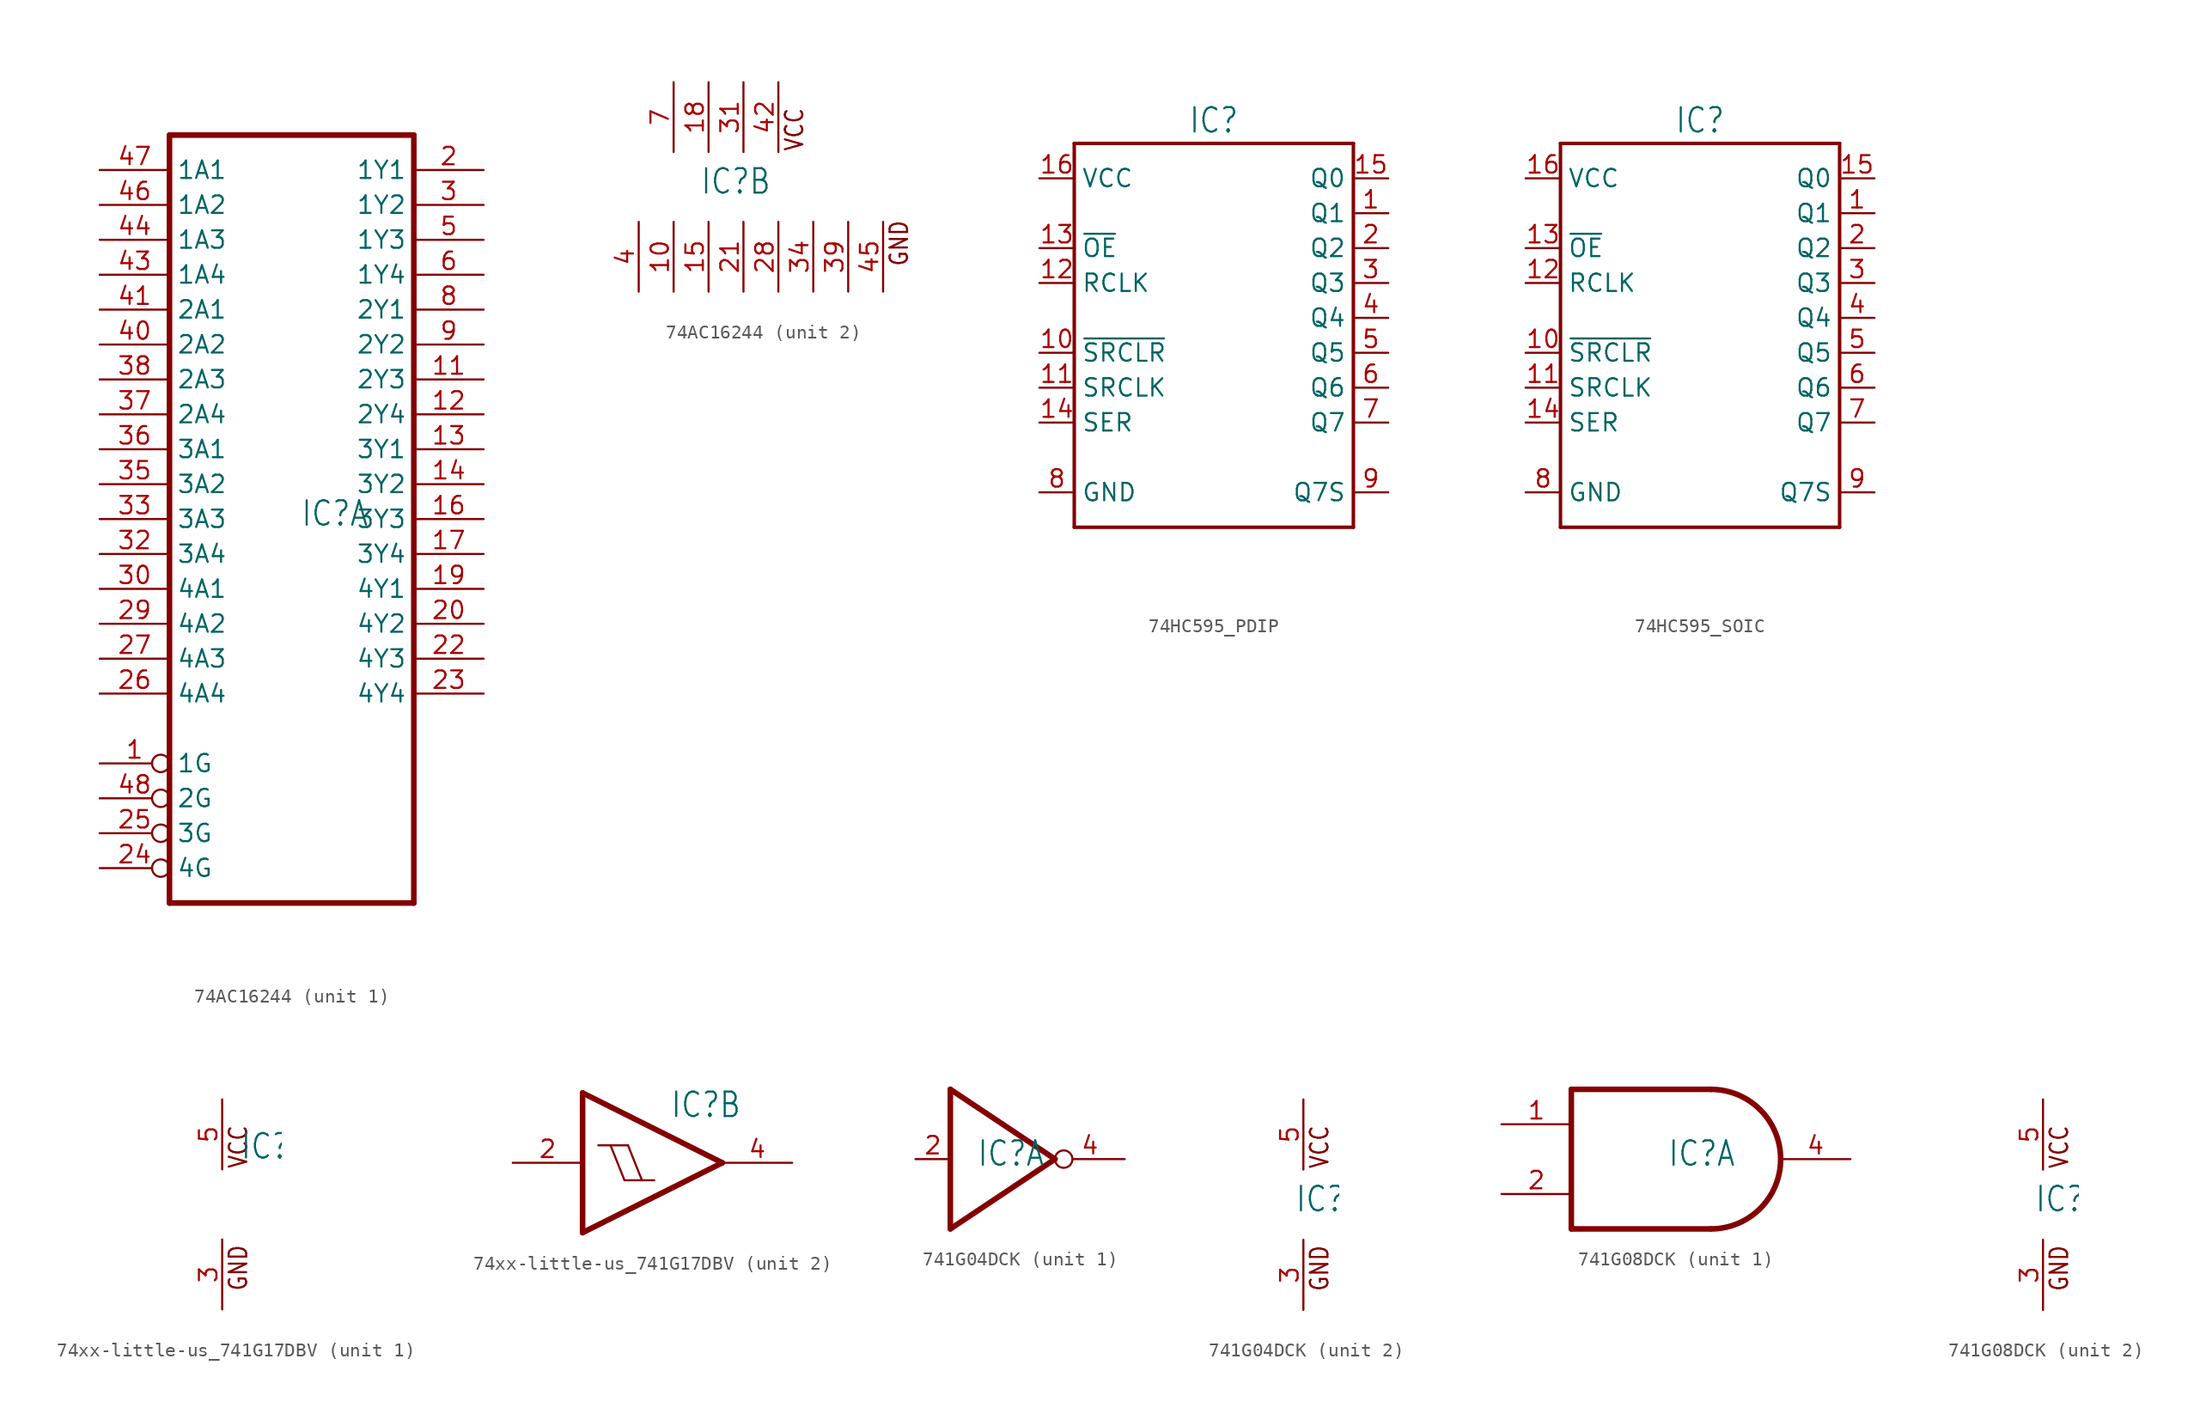
<source format=kicad_sym>
(kicad_symbol_lib
  (version 20231120)
  (generator "kicad_symbol_editor")
  (generator_version "8.0")
  (symbol "74AC16244"
    (property "Reference" "IC"
      (at -0.635 -0.635 0)
      (effects (font (size 1.778 1.511)) (justify left bottom)))
    (property "ki_locked" ""
      (at 0 0 0)
      (effects (font (size 1.27 1.27))))
    (symbol "74AC16244_1_0"
      (polyline (pts (xy -10.16 27.94) (xy -10.16 -27.94)) (stroke (width 0.406) (type solid)) (fill (type none)))
      (polyline (pts (xy -10.16 27.94) (xy 7.62 27.94)) (stroke (width 0.406) (type solid)) (fill (type none)))
      (polyline (pts (xy 7.62 -27.94) (xy -10.16 -27.94)) (stroke (width 0.406) (type solid)) (fill (type none)))
      (polyline (pts (xy 7.62 -27.94) (xy 7.62 27.94)) (stroke (width 0.406) (type solid)) (fill (type none)))
      (pin input inverted (at -15.24 -17.78 0) (length 5.08) (name "1G" (effects (font (size 1.27 1.27)))) (number "1" (effects (font (size 1.27 1.27)))))
      (pin tri_state line (at 12.7 10.16 180) (length 5.08) (name "2Y3" (effects (font (size 1.27 1.27)))) (number "11" (effects (font (size 1.27 1.27)))))
      (pin tri_state line (at 12.7 7.62 180) (length 5.08) (name "2Y4" (effects (font (size 1.27 1.27)))) (number "12" (effects (font (size 1.27 1.27)))))
      (pin tri_state line (at 12.7 5.08 180) (length 5.08) (name "3Y1" (effects (font (size 1.27 1.27)))) (number "13" (effects (font (size 1.27 1.27)))))
      (pin tri_state line (at 12.7 2.54 180) (length 5.08) (name "3Y2" (effects (font (size 1.27 1.27)))) (number "14" (effects (font (size 1.27 1.27)))))
      (pin tri_state line (at 12.7 0 180) (length 5.08) (name "3Y3" (effects (font (size 1.27 1.27)))) (number "16" (effects (font (size 1.27 1.27)))))
      (pin tri_state line (at 12.7 -2.54 180) (length 5.08) (name "3Y4" (effects (font (size 1.27 1.27)))) (number "17" (effects (font (size 1.27 1.27)))))
      (pin tri_state line (at 12.7 -5.08 180) (length 5.08) (name "4Y1" (effects (font (size 1.27 1.27)))) (number "19" (effects (font (size 1.27 1.27)))))
      (pin tri_state line (at 12.7 25.4 180) (length 5.08) (name "1Y1" (effects (font (size 1.27 1.27)))) (number "2" (effects (font (size 1.27 1.27)))))
      (pin tri_state line (at 12.7 -7.62 180) (length 5.08) (name "4Y2" (effects (font (size 1.27 1.27)))) (number "20" (effects (font (size 1.27 1.27)))))
      (pin tri_state line (at 12.7 -10.16 180) (length 5.08) (name "4Y3" (effects (font (size 1.27 1.27)))) (number "22" (effects (font (size 1.27 1.27)))))
      (pin tri_state line (at 12.7 -12.7 180) (length 5.08) (name "4Y4" (effects (font (size 1.27 1.27)))) (number "23" (effects (font (size 1.27 1.27)))))
      (pin input inverted (at -15.24 -25.4 0) (length 5.08) (name "4G" (effects (font (size 1.27 1.27)))) (number "24" (effects (font (size 1.27 1.27)))))
      (pin input inverted (at -15.24 -22.86 0) (length 5.08) (name "3G" (effects (font (size 1.27 1.27)))) (number "25" (effects (font (size 1.27 1.27)))))
      (pin input line (at -15.24 -12.7 0) (length 5.08) (name "4A4" (effects (font (size 1.27 1.27)))) (number "26" (effects (font (size 1.27 1.27)))))
      (pin input line (at -15.24 -10.16 0) (length 5.08) (name "4A3" (effects (font (size 1.27 1.27)))) (number "27" (effects (font (size 1.27 1.27)))))
      (pin input line (at -15.24 -7.62 0) (length 5.08) (name "4A2" (effects (font (size 1.27 1.27)))) (number "29" (effects (font (size 1.27 1.27)))))
      (pin tri_state line (at 12.7 22.86 180) (length 5.08) (name "1Y2" (effects (font (size 1.27 1.27)))) (number "3" (effects (font (size 1.27 1.27)))))
      (pin input line (at -15.24 -5.08 0) (length 5.08) (name "4A1" (effects (font (size 1.27 1.27)))) (number "30" (effects (font (size 1.27 1.27)))))
      (pin input line (at -15.24 -2.54 0) (length 5.08) (name "3A4" (effects (font (size 1.27 1.27)))) (number "32" (effects (font (size 1.27 1.27)))))
      (pin input line (at -15.24 0 0) (length 5.08) (name "3A3" (effects (font (size 1.27 1.27)))) (number "33" (effects (font (size 1.27 1.27)))))
      (pin input line (at -15.24 2.54 0) (length 5.08) (name "3A2" (effects (font (size 1.27 1.27)))) (number "35" (effects (font (size 1.27 1.27)))))
      (pin input line (at -15.24 5.08 0) (length 5.08) (name "3A1" (effects (font (size 1.27 1.27)))) (number "36" (effects (font (size 1.27 1.27)))))
      (pin input line (at -15.24 7.62 0) (length 5.08) (name "2A4" (effects (font (size 1.27 1.27)))) (number "37" (effects (font (size 1.27 1.27)))))
      (pin input line (at -15.24 10.16 0) (length 5.08) (name "2A3" (effects (font (size 1.27 1.27)))) (number "38" (effects (font (size 1.27 1.27)))))
      (pin input line (at -15.24 12.7 0) (length 5.08) (name "2A2" (effects (font (size 1.27 1.27)))) (number "40" (effects (font (size 1.27 1.27)))))
      (pin input line (at -15.24 15.24 0) (length 5.08) (name "2A1" (effects (font (size 1.27 1.27)))) (number "41" (effects (font (size 1.27 1.27)))))
      (pin input line (at -15.24 17.78 0) (length 5.08) (name "1A4" (effects (font (size 1.27 1.27)))) (number "43" (effects (font (size 1.27 1.27)))))
      (pin input line (at -15.24 20.32 0) (length 5.08) (name "1A3" (effects (font (size 1.27 1.27)))) (number "44" (effects (font (size 1.27 1.27)))))
      (pin input line (at -15.24 22.86 0) (length 5.08) (name "1A2" (effects (font (size 1.27 1.27)))) (number "46" (effects (font (size 1.27 1.27)))))
      (pin input line (at -15.24 25.4 0) (length 5.08) (name "1A1" (effects (font (size 1.27 1.27)))) (number "47" (effects (font (size 1.27 1.27)))))
      (pin input inverted (at -15.24 -20.32 0) (length 5.08) (name "2G" (effects (font (size 1.27 1.27)))) (number "48" (effects (font (size 1.27 1.27)))))
      (pin tri_state line (at 12.7 20.32 180) (length 5.08) (name "1Y3" (effects (font (size 1.27 1.27)))) (number "5" (effects (font (size 1.27 1.27)))))
      (pin tri_state line (at 12.7 17.78 180) (length 5.08) (name "1Y4" (effects (font (size 1.27 1.27)))) (number "6" (effects (font (size 1.27 1.27)))))
      (pin tri_state line (at 12.7 15.24 180) (length 5.08) (name "2Y1" (effects (font (size 1.27 1.27)))) (number "8" (effects (font (size 1.27 1.27)))))
      (pin tri_state line (at 12.7 12.7 180) (length 5.08) (name "2Y2" (effects (font (size 1.27 1.27)))) (number "9" (effects (font (size 1.27 1.27))))))
    (symbol "74AC16244_2_0"
      (text "GND" (at 14.605 -5.842 900) (effects (font (size 1.27 1.079)) (justify left bottom)))
      (text "VCC" (at 6.985 2.54 900) (effects (font (size 1.27 1.079)) (justify left bottom)))
      (pin power_in line (at -2.54 -7.62 90) (length 5.08) (name "GND@2" (effects (font (size 0 0)))) (number "10" (effects (font (size 1.27 1.27)))))
      (pin power_in line (at 0 -7.62 90) (length 5.08) (name "GND@3" (effects (font (size 0 0)))) (number "15" (effects (font (size 1.27 1.27)))))
      (pin power_in line (at 0 7.62 270) (length 5.08) (name "VCC@2" (effects (font (size 0 0)))) (number "18" (effects (font (size 1.27 1.27)))))
      (pin power_in line (at 2.54 -7.62 90) (length 5.08) (name "GND@4" (effects (font (size 0 0)))) (number "21" (effects (font (size 1.27 1.27)))))
      (pin power_in line (at 5.08 -7.62 90) (length 5.08) (name "GND@5" (effects (font (size 0 0)))) (number "28" (effects (font (size 1.27 1.27)))))
      (pin power_in line (at 2.54 7.62 270) (length 5.08) (name "VCC@3" (effects (font (size 0 0)))) (number "31" (effects (font (size 1.27 1.27)))))
      (pin power_in line (at 7.62 -7.62 90) (length 5.08) (name "GND@6" (effects (font (size 0 0)))) (number "34" (effects (font (size 1.27 1.27)))))
      (pin power_in line (at 10.16 -7.62 90) (length 5.08) (name "GND@7" (effects (font (size 0 0)))) (number "39" (effects (font (size 1.27 1.27)))))
      (pin power_in line (at -5.08 -7.62 90) (length 5.08) (name "GND@1" (effects (font (size 0 0)))) (number "4" (effects (font (size 1.27 1.27)))))
      (pin power_in line (at 5.08 7.62 270) (length 5.08) (name "VCC@4" (effects (font (size 0 0)))) (number "42" (effects (font (size 1.27 1.27)))))
      (pin power_in line (at 12.7 -7.62 90) (length 5.08) (name "GND@8" (effects (font (size 0 0)))) (number "45" (effects (font (size 1.27 1.27)))))
      (pin power_in line (at -2.54 7.62 270) (length 5.08) (name "VCC@1" (effects (font (size 0 0)))) (number "7" (effects (font (size 1.27 1.27)))))))
  (symbol "74HC595_PDIP"
    (property "Reference" "IC"
      (at 0 14.38 0)
      (effects (font (size 1.778 1.511))))
    (property "Value" ""
      (at 0 -17.78 0)
      (effects (font (size 1.778 1.511))))
    (property "ki_locked" ""
      (at 0 0 0)
      (effects (font (size 1.27 1.27))))
    (symbol "74HC595_PDIP_1_0"
      (polyline (pts (xy -10.16 -15.24) (xy 10.16 -15.24)) (stroke (width 0.254) (type solid)) (fill (type none)))
      (polyline (pts (xy -10.16 12.7) (xy -10.16 -15.24)) (stroke (width 0.254) (type solid)) (fill (type none)))
      (polyline (pts (xy 10.16 -15.24) (xy 10.16 12.7)) (stroke (width 0.254) (type solid)) (fill (type none)))
      (polyline (pts (xy 10.16 12.7) (xy -10.16 12.7)) (stroke (width 0.254) (type solid)) (fill (type none)))
      (pin output line (at 12.7 7.62 180) (length 2.54) (name "Q1" (effects (font (size 1.27 1.27)))) (number "1" (effects (font (size 1.27 1.27)))))
      (pin input line (at -12.7 -2.54 0) (length 2.54) (name "~{SRCLR}" (effects (font (size 1.27 1.27)))) (number "10" (effects (font (size 1.27 1.27)))))
      (pin input line (at -12.7 -5.08 0) (length 2.54) (name "SRCLK" (effects (font (size 1.27 1.27)))) (number "11" (effects (font (size 1.27 1.27)))))
      (pin input line (at -12.7 2.54 0) (length 2.54) (name "RCLK" (effects (font (size 1.27 1.27)))) (number "12" (effects (font (size 1.27 1.27)))))
      (pin output line (at -12.7 5.08 0) (length 2.54) (name "~{OE}" (effects (font (size 1.27 1.27)))) (number "13" (effects (font (size 1.27 1.27)))))
      (pin input line (at -12.7 -7.62 0) (length 2.54) (name "SER" (effects (font (size 1.27 1.27)))) (number "14" (effects (font (size 1.27 1.27)))))
      (pin output line (at 12.7 10.16 180) (length 2.54) (name "Q0" (effects (font (size 1.27 1.27)))) (number "15" (effects (font (size 1.27 1.27)))))
      (pin bidirectional line (at -12.7 10.16 0) (length 2.54) (name "VCC" (effects (font (size 1.27 1.27)))) (number "16" (effects (font (size 1.27 1.27)))))
      (pin output line (at 12.7 5.08 180) (length 2.54) (name "Q2" (effects (font (size 1.27 1.27)))) (number "2" (effects (font (size 1.27 1.27)))))
      (pin output line (at 12.7 2.54 180) (length 2.54) (name "Q3" (effects (font (size 1.27 1.27)))) (number "3" (effects (font (size 1.27 1.27)))))
      (pin output line (at 12.7 0 180) (length 2.54) (name "Q4" (effects (font (size 1.27 1.27)))) (number "4" (effects (font (size 1.27 1.27)))))
      (pin output line (at 12.7 -2.54 180) (length 2.54) (name "Q5" (effects (font (size 1.27 1.27)))) (number "5" (effects (font (size 1.27 1.27)))))
      (pin output line (at 12.7 -5.08 180) (length 2.54) (name "Q6" (effects (font (size 1.27 1.27)))) (number "6" (effects (font (size 1.27 1.27)))))
      (pin output line (at 12.7 -7.62 180) (length 2.54) (name "Q7" (effects (font (size 1.27 1.27)))) (number "7" (effects (font (size 1.27 1.27)))))
      (pin bidirectional line (at -12.7 -12.7 0) (length 2.54) (name "GND" (effects (font (size 1.27 1.27)))) (number "8" (effects (font (size 1.27 1.27)))))
      (pin output line (at 12.7 -12.7 180) (length 2.54) (name "Q7S" (effects (font (size 1.27 1.27)))) (number "9" (effects (font (size 1.27 1.27)))))))
  (symbol "74HC595_SOIC"
    (property "Reference" "IC"
      (at 0 14.38 0)
      (effects (font (size 1.778 1.511))))
    (property "Value" ""
      (at 0 -17.78 0)
      (effects (font (size 1.778 1.511))))
    (property "ki_locked" ""
      (at 0 0 0)
      (effects (font (size 1.27 1.27))))
    (symbol "74HC595_SOIC_1_0"
      (polyline (pts (xy -10.16 -15.24) (xy 10.16 -15.24)) (stroke (width 0.254) (type solid)) (fill (type none)))
      (polyline (pts (xy -10.16 12.7) (xy -10.16 -15.24)) (stroke (width 0.254) (type solid)) (fill (type none)))
      (polyline (pts (xy 10.16 -15.24) (xy 10.16 12.7)) (stroke (width 0.254) (type solid)) (fill (type none)))
      (polyline (pts (xy 10.16 12.7) (xy -10.16 12.7)) (stroke (width 0.254) (type solid)) (fill (type none)))
      (pin output line (at 12.7 7.62 180) (length 2.54) (name "Q1" (effects (font (size 1.27 1.27)))) (number "1" (effects (font (size 1.27 1.27)))))
      (pin input line (at -12.7 -2.54 0) (length 2.54) (name "~{SRCLR}" (effects (font (size 1.27 1.27)))) (number "10" (effects (font (size 1.27 1.27)))))
      (pin input line (at -12.7 -5.08 0) (length 2.54) (name "SRCLK" (effects (font (size 1.27 1.27)))) (number "11" (effects (font (size 1.27 1.27)))))
      (pin input line (at -12.7 2.54 0) (length 2.54) (name "RCLK" (effects (font (size 1.27 1.27)))) (number "12" (effects (font (size 1.27 1.27)))))
      (pin output line (at -12.7 5.08 0) (length 2.54) (name "~{OE}" (effects (font (size 1.27 1.27)))) (number "13" (effects (font (size 1.27 1.27)))))
      (pin input line (at -12.7 -7.62 0) (length 2.54) (name "SER" (effects (font (size 1.27 1.27)))) (number "14" (effects (font (size 1.27 1.27)))))
      (pin output line (at 12.7 10.16 180) (length 2.54) (name "Q0" (effects (font (size 1.27 1.27)))) (number "15" (effects (font (size 1.27 1.27)))))
      (pin bidirectional line (at -12.7 10.16 0) (length 2.54) (name "VCC" (effects (font (size 1.27 1.27)))) (number "16" (effects (font (size 1.27 1.27)))))
      (pin output line (at 12.7 5.08 180) (length 2.54) (name "Q2" (effects (font (size 1.27 1.27)))) (number "2" (effects (font (size 1.27 1.27)))))
      (pin output line (at 12.7 2.54 180) (length 2.54) (name "Q3" (effects (font (size 1.27 1.27)))) (number "3" (effects (font (size 1.27 1.27)))))
      (pin output line (at 12.7 0 180) (length 2.54) (name "Q4" (effects (font (size 1.27 1.27)))) (number "4" (effects (font (size 1.27 1.27)))))
      (pin output line (at 12.7 -2.54 180) (length 2.54) (name "Q5" (effects (font (size 1.27 1.27)))) (number "5" (effects (font (size 1.27 1.27)))))
      (pin output line (at 12.7 -5.08 180) (length 2.54) (name "Q6" (effects (font (size 1.27 1.27)))) (number "6" (effects (font (size 1.27 1.27)))))
      (pin output line (at 12.7 -7.62 180) (length 2.54) (name "Q7" (effects (font (size 1.27 1.27)))) (number "7" (effects (font (size 1.27 1.27)))))
      (pin bidirectional line (at -12.7 -12.7 0) (length 2.54) (name "GND" (effects (font (size 1.27 1.27)))) (number "8" (effects (font (size 1.27 1.27)))))
      (pin output line (at 12.7 -12.7 180) (length 2.54) (name "Q7S" (effects (font (size 1.27 1.27)))) (number "9" (effects (font (size 1.27 1.27)))))))
  (symbol "74xx-little-us_741G17DBV"
    (property "Reference" "IC"
      (at 1.27 3.175 0)
      (effects (font (size 1.778 1.511)) (justify left bottom)))
    (property "ki_locked" ""
      (at 0 0 0)
      (effects (font (size 1.27 1.27))))
    (symbol "74xx-little-us_741G17DBV_1_0"
      (text "GND" (at 1.905 -6.35 900) (effects (font (size 1.27 1.079)) (justify left bottom)))
      (text "VCC" (at 1.905 2.54 900) (effects (font (size 1.27 1.079)) (justify left bottom)))
      (pin power_in line (at 0 -7.62 90) (length 5.08) (name "GND" (effects (font (size 0 0)))) (number "3" (effects (font (size 1.27 1.27)))))
      (pin power_in line (at 0 7.62 270) (length 5.08) (name "VCC" (effects (font (size 0 0)))) (number "5" (effects (font (size 1.27 1.27))))))
    (symbol "74xx-little-us_741G17DBV_2_0"
      (polyline (pts (xy -5.08 -5.08) (xy -5.08 5.08)) (stroke (width 0.406) (type solid)) (fill (type none)))
      (polyline (pts (xy -5.08 5.08) (xy 5.08 0)) (stroke (width 0.406) (type solid)) (fill (type none)))
      (polyline (pts (xy -3.937 1.27) (xy -3.048 1.27)) (stroke (width 0.152) (type solid)) (fill (type none)))
      (polyline (pts (xy -3.048 1.27) (xy -1.778 1.27)) (stroke (width 0.152) (type solid)) (fill (type none)))
      (polyline (pts (xy -2.032 -1.27) (xy -3.048 1.27)) (stroke (width 0.152) (type solid)) (fill (type none)))
      (polyline (pts (xy -2.032 -1.27) (xy -0.762 -1.27)) (stroke (width 0.152) (type solid)) (fill (type none)))
      (polyline (pts (xy -0.762 -1.27) (xy -1.778 1.27)) (stroke (width 0.152) (type solid)) (fill (type none)))
      (polyline (pts (xy -0.762 -1.27) (xy 0.127 -1.27)) (stroke (width 0.152) (type solid)) (fill (type none)))
      (polyline (pts (xy 5.08 0) (xy -5.08 -5.08)) (stroke (width 0.406) (type solid)) (fill (type none)))
      (pin input line (at -10.16 0 0) (length 5.08) (name "I" (effects (font (size 0 0)))) (number "2" (effects (font (size 1.27 1.27)))))
      (pin output line (at 10.16 0 180) (length 5.08) (name "O" (effects (font (size 0 0)))) (number "4" (effects (font (size 1.27 1.27)))))))
  (symbol "741G04DCK"
    (property "Reference" "IC"
      (at -0.635 -0.635 0)
      (effects (font (size 1.778 1.511)) (justify left bottom)))
    (property "ki_locked" ""
      (at 0 0 0)
      (effects (font (size 1.27 1.27))))
    (symbol "741G04DCK_1_0"
      (polyline (pts (xy -2.54 -5.08) (xy -2.54 5.08)) (stroke (width 0.406) (type solid)) (fill (type none)))
      (polyline (pts (xy -2.54 5.08) (xy 5.08 0)) (stroke (width 0.406) (type solid)) (fill (type none)))
      (polyline (pts (xy 5.08 0) (xy -2.54 -5.08)) (stroke (width 0.406) (type solid)) (fill (type none)))
      (pin input line (at -5.08 0 0) (length 2.54) (name "I" (effects (font (size 0 0)))) (number "2" (effects (font (size 1.27 1.27)))))
      (pin output inverted (at 10.16 0 180) (length 5.08) (name "O" (effects (font (size 0 0)))) (number "4" (effects (font (size 1.27 1.27))))))
    (symbol "741G04DCK_2_0"
      (text "GND" (at 1.905 -6.35 900) (effects (font (size 1.27 1.079)) (justify left bottom)))
      (text "VCC" (at 1.905 2.54 900) (effects (font (size 1.27 1.079)) (justify left bottom)))
      (pin power_in line (at 0 -7.62 90) (length 5.08) (name "GND" (effects (font (size 0 0)))) (number "3" (effects (font (size 1.27 1.27)))))
      (pin power_in line (at 0 7.62 270) (length 5.08) (name "VCC" (effects (font (size 0 0)))) (number "5" (effects (font (size 1.27 1.27)))))))
  (symbol "741G08DCK"
    (property "Reference" "IC"
      (at -0.635 -0.635 0)
      (effects (font (size 1.778 1.511)) (justify left bottom)))
    (property "ki_locked" ""
      (at 0 0 0)
      (effects (font (size 1.27 1.27))))
    (symbol "741G08DCK_1_0"
      (polyline (pts (xy -7.62 -5.08) (xy 2.54 -5.08)) (stroke (width 0.406) (type solid)) (fill (type none)))
      (polyline (pts (xy -7.62 5.08) (xy -7.62 -5.08)) (stroke (width 0.406) (type solid)) (fill (type none)))
      (polyline (pts (xy 2.54 5.08) (xy -7.62 5.08)) (stroke (width 0.406) (type solid)) (fill (type none)))
      (arc (start 2.5398 -5.08) (mid 7.6199 -0.0001) (end 2.54 5.08) (stroke (width 0.4064) (type solid)) (fill (type none)))
      (pin input line (at -12.7 2.54 0) (length 5.08) (name "I0" (effects (font (size 0 0)))) (number "1" (effects (font (size 1.27 1.27)))))
      (pin input line (at -12.7 -2.54 0) (length 5.08) (name "I1" (effects (font (size 0 0)))) (number "2" (effects (font (size 1.27 1.27)))))
      (pin output line (at 12.7 0 180) (length 5.08) (name "O" (effects (font (size 0 0)))) (number "4" (effects (font (size 1.27 1.27))))))
    (symbol "741G08DCK_2_0"
      (text "GND" (at 1.905 -6.35 900) (effects (font (size 1.27 1.079)) (justify left bottom)))
      (text "VCC" (at 1.905 2.54 900) (effects (font (size 1.27 1.079)) (justify left bottom)))
      (pin power_in line (at 0 -7.62 90) (length 5.08) (name "GND" (effects (font (size 0 0)))) (number "3" (effects (font (size 1.27 1.27)))))
      (pin power_in line (at 0 7.62 270) (length 5.08) (name "VCC" (effects (font (size 0 0)))) (number "5" (effects (font (size 1.27 1.27))))))))
</source>
